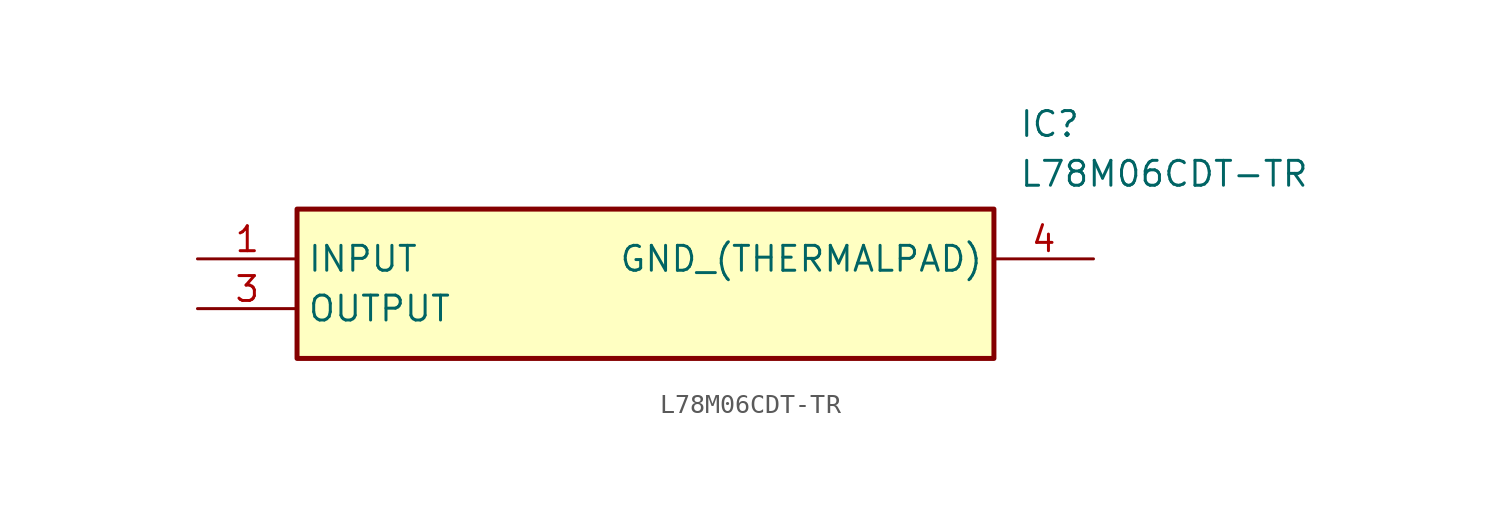
<source format=kicad_sym>
(kicad_symbol_lib
  (version 20211014)
  (generator SamacSys_ECAD_Model)
  (symbol "L78M06CDT-TR"
    (property "Reference" "IC"
      (at 41.91 7.62 0)
      (effects (font (size 1.27 1.27)) (justify left top)))
    (property "Value" "L78M06CDT-TR"
      (at 41.91 5.08 0)
      (effects (font (size 1.27 1.27)) (justify left top)))
    (rectangle
      (start 5.08 2.54)
      (end 40.64 -5.08)
      (stroke (width 0.254) (type default))
      (fill (type background)))
    (pin input line
      (at 0 0 0)
      (length 5.08)
      (name "INPUT" (effects (font (size 1.27 1.27))))
      (number "1" (effects (font (size 1.27 1.27)))))
    (pin power_in line
      (at 0 -2.54 0)
      (length 5.08)
      (name "OUTPUT" (effects (font (size 1.27 1.27))))
      (number "3" (effects (font (size 1.27 1.27)))))
    (pin power_in line
      (at 45.72 0 180)
      (length 5.08)
      (name "GND_(THERMALPAD)" (effects (font (size 1.27 1.27))))
      (number "4" (effects (font (size 1.27 1.27)))))))
</source>
